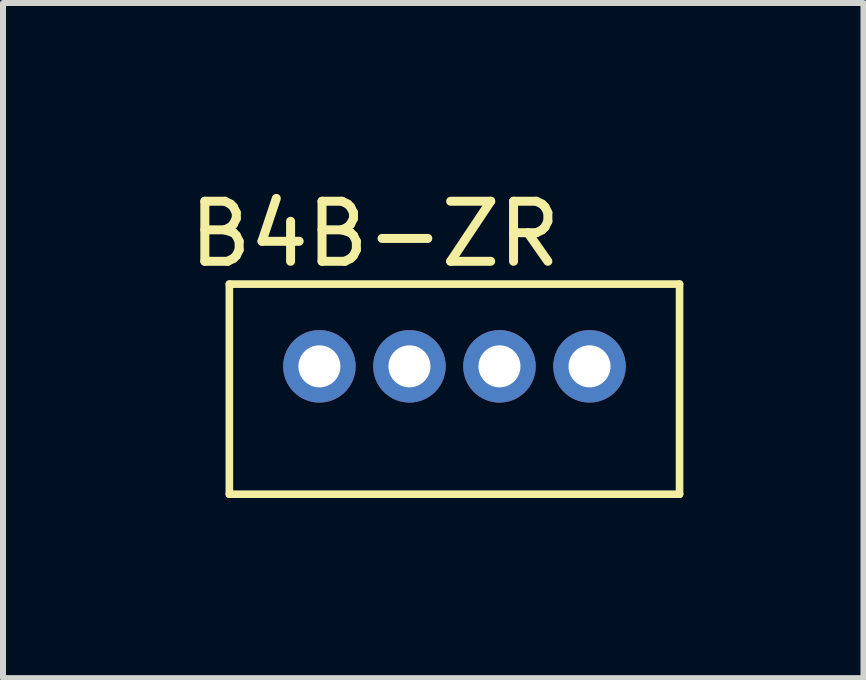
<source format=kicad_pcb>
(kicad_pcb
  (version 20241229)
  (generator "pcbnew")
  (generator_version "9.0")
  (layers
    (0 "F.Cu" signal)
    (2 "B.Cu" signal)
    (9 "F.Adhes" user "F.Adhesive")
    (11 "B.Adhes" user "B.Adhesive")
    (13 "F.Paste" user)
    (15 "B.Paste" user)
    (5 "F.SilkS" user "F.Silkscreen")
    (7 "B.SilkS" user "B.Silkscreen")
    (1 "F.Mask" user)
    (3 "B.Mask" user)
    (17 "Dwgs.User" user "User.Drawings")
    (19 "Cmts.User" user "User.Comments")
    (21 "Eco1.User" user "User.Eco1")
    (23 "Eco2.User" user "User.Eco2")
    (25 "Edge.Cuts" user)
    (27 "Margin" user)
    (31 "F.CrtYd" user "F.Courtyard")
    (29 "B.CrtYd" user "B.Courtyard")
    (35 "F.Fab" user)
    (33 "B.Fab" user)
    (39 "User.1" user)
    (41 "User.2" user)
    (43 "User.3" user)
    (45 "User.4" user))
  (footprint "B4B-ZR"
    (layer "F.Cu")
    (at 0.771 1.753)
    (property "Reference" "B4B-ZR" (at 2.425 -0.905 0) (layer "F.SilkS") (effects (font (size 1 1) (thickness 0.15))))
    (attr through_hole)
    (fp_line (start 0 -0.07) (end 7.5 -0.07) (stroke (width 0.127) (type solid)) (layer "F.SilkS"))
    (fp_line (start 0 3.43) (end 0 -0.07) (stroke (width 0.127) (type solid)) (layer "F.SilkS"))
    (fp_line (start 7.5 -0.07) (end 7.5 3.43) (stroke (width 0.127) (type solid)) (layer "F.SilkS"))
    (fp_line (start 7.5 3.43) (end 0 3.43) (stroke (width 0.127) (type solid)) (layer "F.SilkS"))
    (pad "1" thru_hole circle (at 6 1.3) (size 1.208 1.208) (drill 0.7) (layers "*.Cu" "*.Mask"))
    (pad "2" thru_hole circle (at 4.5 1.3) (size 1.208 1.208) (drill 0.7) (layers "*.Cu" "*.Mask"))
    (pad "3" thru_hole circle (at 3 1.3) (size 1.208 1.208) (drill 0.7) (layers "*.Cu" "*.Mask"))
    (pad "4" thru_hole circle (at 1.5 1.3) (size 1.208 1.208) (drill 0.7) (layers "*.Cu" "*.Mask")))
  (gr_rect
    (start -3 -3)
    (end 11.335 8.247)
    (stroke (width 0.1) (type default))
    (fill no)
    (layer "Edge.Cuts")))
</source>
